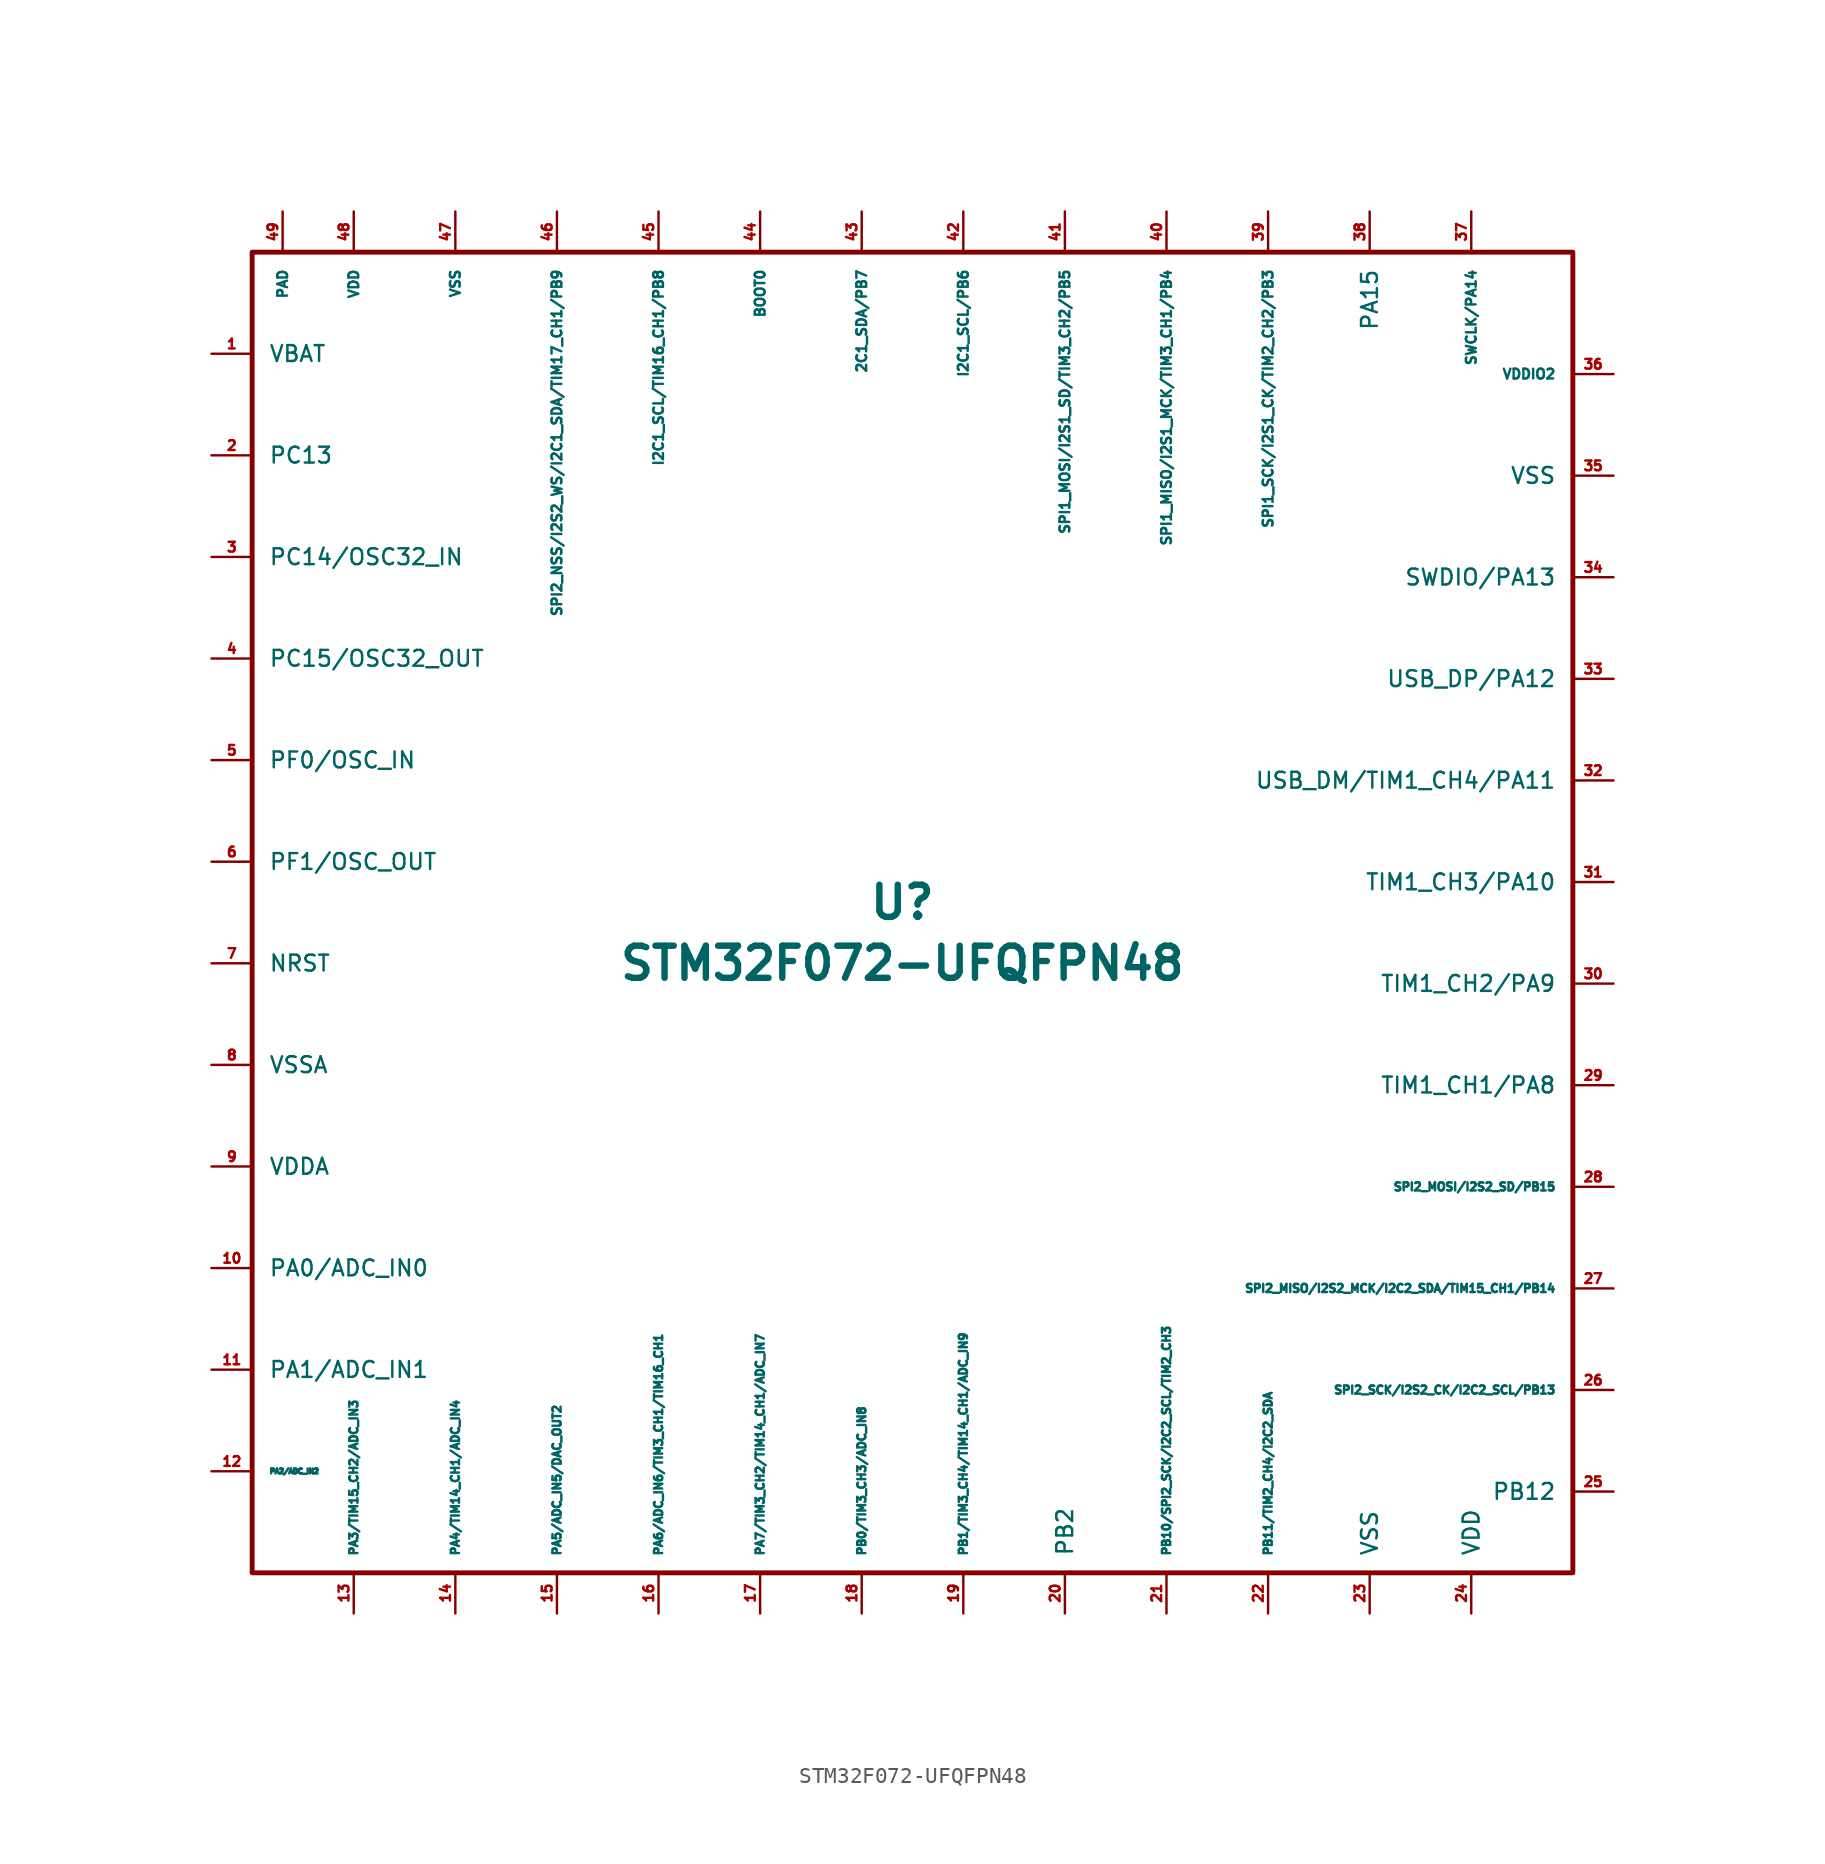
<source format=kicad_sym>
(kicad_symbol_lib
  (version 20201005)
  (generator kicad_symbol_editor)
  (symbol "acheronSymbols:STM32F072-UFQFPN48"
    (pin_names
      (offset 1.016))
    (property "Reference" "U"
      (at 0 1.27 0)
      (effects (font (size 2.007 2.007) bold)))
    (property "Value" "STM32F072-UFQFPN48"
      (at 0 -2.54 0)
      (effects (font (size 2.007 2.007) bold)))
    (symbol "STM32F072-UFQFPN48_0_1"
      (rectangle (start 41.91 41.91) (end -40.64 -40.64) (stroke (width 0.305)) (fill (type none))))
    (symbol "STM32F072-UFQFPN48_1_1"
      (pin power_in line (at -43.18 35.56 0) (length 2.54) (name "VBAT" (effects (font (size 0.991 0.991)))) (number "1" (effects (font (size 0.61 0.61)))))
      (pin bidirectional line (at -43.18 -21.59 0) (length 2.54) (name "PA0/ADC_IN0" (effects (font (size 0.991 0.991)))) (number "10" (effects (font (size 0.61 0.61)))))
      (pin bidirectional line (at -43.18 -27.94 0) (length 2.54) (name "PA1/ADC_IN1" (effects (font (size 0.991 0.991)))) (number "11" (effects (font (size 0.61 0.61)))))
      (pin bidirectional line (at -43.18 -34.29 0) (length 2.54) (name "PA2/ADC_IN2" (effects (font (size 0.305 0.305)))) (number "12" (effects (font (size 0.61 0.61)))))
      (pin bidirectional line (at -34.29 -43.18 90) (length 2.54) (name "PA3/TIM15_CH2/ADC_IN3" (effects (font (size 0.508 0.508)))) (number "13" (effects (font (size 0.61 0.61)))))
      (pin bidirectional line (at -27.94 -43.18 90) (length 2.54) (name "PA4/TIM14_CH1/ADC_IN4" (effects (font (size 0.508 0.508)))) (number "14" (effects (font (size 0.61 0.61)))))
      (pin bidirectional line (at -21.59 -43.18 90) (length 2.54) (name "PA5/ADC_IN5/DAC_OUT2" (effects (font (size 0.508 0.508)))) (number "15" (effects (font (size 0.61 0.61)))))
      (pin bidirectional line (at -15.24 -43.18 90) (length 2.54) (name "PA6/ADC_IN6/TIM3_CH1/TIM16_CH1" (effects (font (size 0.508 0.508)))) (number "16" (effects (font (size 0.61 0.61)))))
      (pin bidirectional line (at -8.89 -43.18 90) (length 2.54) (name "PA7/TIM3_CH2/TIM14_CH1/ADC_IN7" (effects (font (size 0.508 0.508)))) (number "17" (effects (font (size 0.61 0.61)))))
      (pin bidirectional line (at -2.54 -43.18 90) (length 2.54) (name "PB0/TIM3_CH3/ADC_IN8" (effects (font (size 0.508 0.508)))) (number "18" (effects (font (size 0.61 0.61)))))
      (pin bidirectional line (at 3.81 -43.18 90) (length 2.54) (name "PB1/TIM3_CH4/TIM14_CH1/ADC_IN9" (effects (font (size 0.508 0.508)))) (number "19" (effects (font (size 0.61 0.61)))))
      (pin bidirectional line (at -43.18 29.21 0) (length 2.54) (name "PC13" (effects (font (size 0.991 0.991)))) (number "2" (effects (font (size 0.61 0.61)))))
      (pin bidirectional line (at 10.16 -43.18 90) (length 2.54) (name "PB2" (effects (font (size 0.991 0.991)))) (number "20" (effects (font (size 0.61 0.61)))))
      (pin bidirectional line (at 16.51 -43.18 90) (length 2.54) (name "PB10/SPI2_SCK/I2C2_SCL/TIM2_CH3" (effects (font (size 0.508 0.508)))) (number "21" (effects (font (size 0.61 0.61)))))
      (pin bidirectional line (at 22.86 -43.18 90) (length 2.54) (name "PB11/TIM2_CH4/I2C2_SDA" (effects (font (size 0.508 0.508)))) (number "22" (effects (font (size 0.61 0.61)))))
      (pin power_in line (at 29.21 -43.18 90) (length 2.54) (name "VSS" (effects (font (size 0.991 0.991)))) (number "23" (effects (font (size 0.61 0.61)))))
      (pin power_in line (at 35.56 -43.18 90) (length 2.54) (name "VDD" (effects (font (size 0.991 0.991)))) (number "24" (effects (font (size 0.61 0.61)))))
      (pin bidirectional line (at 44.45 -35.56 180) (length 2.54) (name "PB12" (effects (font (size 0.991 0.991)))) (number "25" (effects (font (size 0.61 0.61)))))
      (pin bidirectional line (at 44.45 -29.21 180) (length 2.54) (name "SPI2_SCK/I2S2_CK/I2C2_SCL/PB13" (effects (font (size 0.508 0.508)))) (number "26" (effects (font (size 0.61 0.61)))))
      (pin bidirectional line (at 44.45 -22.86 180) (length 2.54) (name "SPI2_MISO/I2S2_MCK/I2C2_SDA/TIM15_CH1/PB14" (effects (font (size 0.508 0.508)))) (number "27" (effects (font (size 0.61 0.61)))))
      (pin bidirectional line (at 44.45 -16.51 180) (length 2.54) (name "SPI2_MOSI/I2S2_SD/PB15" (effects (font (size 0.508 0.508)))) (number "28" (effects (font (size 0.61 0.61)))))
      (pin bidirectional line (at 44.45 -10.16 180) (length 2.54) (name "TIM1_CH1/PA8" (effects (font (size 0.991 0.991)))) (number "29" (effects (font (size 0.61 0.61)))))
      (pin bidirectional line (at -43.18 22.86 0) (length 2.54) (name "PC14/OSC32_IN" (effects (font (size 0.991 0.991)))) (number "3" (effects (font (size 0.61 0.61)))))
      (pin bidirectional line (at 44.45 -3.81 180) (length 2.54) (name "TIM1_CH2/PA9" (effects (font (size 0.991 0.991)))) (number "30" (effects (font (size 0.61 0.61)))))
      (pin bidirectional line (at 44.45 2.54 180) (length 2.54) (name "TIM1_CH3/PA10" (effects (font (size 0.991 0.991)))) (number "31" (effects (font (size 0.61 0.61)))))
      (pin bidirectional line (at 44.45 8.89 180) (length 2.54) (name "USB_DM/TIM1_CH4/PA11" (effects (font (size 0.991 0.991)))) (number "32" (effects (font (size 0.61 0.61)))))
      (pin bidirectional line (at 44.45 15.24 180) (length 2.54) (name "USB_DP/PA12" (effects (font (size 0.991 0.991)))) (number "33" (effects (font (size 0.61 0.61)))))
      (pin bidirectional line (at 44.45 21.59 180) (length 2.54) (name "SWDIO/PA13" (effects (font (size 0.991 0.991)))) (number "34" (effects (font (size 0.61 0.61)))))
      (pin power_in line (at 44.45 27.94 180) (length 2.54) (name "VSS" (effects (font (size 0.991 0.991)))) (number "35" (effects (font (size 0.61 0.61)))))
      (pin power_in line (at 44.45 34.29 180) (length 2.54) (name "VDDIO2" (effects (font (size 0.61 0.61)))) (number "36" (effects (font (size 0.61 0.61)))))
      (pin bidirectional line (at 35.56 44.45 270) (length 2.54) (name "SWCLK/PA14" (effects (font (size 0.61 0.61)))) (number "37" (effects (font (size 0.61 0.61)))))
      (pin bidirectional line (at 29.21 44.45 270) (length 2.54) (name "PA15" (effects (font (size 0.991 0.991)))) (number "38" (effects (font (size 0.61 0.61)))))
      (pin bidirectional line (at 22.86 44.45 270) (length 2.54) (name "SPI1_SCK/I2S1_CK/TIM2_CH2/PB3" (effects (font (size 0.61 0.61)))) (number "39" (effects (font (size 0.61 0.61)))))
      (pin bidirectional line (at -43.18 16.51 0) (length 2.54) (name "PC15/OSC32_OUT" (effects (font (size 0.991 0.991)))) (number "4" (effects (font (size 0.61 0.61)))))
      (pin bidirectional line (at 16.51 44.45 270) (length 2.54) (name "SPI1_MISO/I2S1_MCK/TIM3_CH1/PB4" (effects (font (size 0.61 0.61)))) (number "40" (effects (font (size 0.61 0.61)))))
      (pin bidirectional line (at 10.16 44.45 270) (length 2.54) (name "SPI1_MOSI/I2S1_SD/TIM3_CH2/PB5" (effects (font (size 0.61 0.61)))) (number "41" (effects (font (size 0.61 0.61)))))
      (pin bidirectional line (at 3.81 44.45 270) (length 2.54) (name "I2C1_SCL/PB6" (effects (font (size 0.61 0.61)))) (number "42" (effects (font (size 0.61 0.61)))))
      (pin bidirectional line (at -2.54 44.45 270) (length 2.54) (name "2C1_SDA/PB7" (effects (font (size 0.61 0.61)))) (number "43" (effects (font (size 0.61 0.61)))))
      (pin output line (at -8.89 44.45 270) (length 2.54) (name "BOOT0" (effects (font (size 0.61 0.61)))) (number "44" (effects (font (size 0.61 0.61)))))
      (pin bidirectional line (at -15.24 44.45 270) (length 2.54) (name "I2C1_SCL/TIM16_CH1/PB8" (effects (font (size 0.61 0.61)))) (number "45" (effects (font (size 0.61 0.61)))))
      (pin input line (at -21.59 44.45 270) (length 2.54) (name "SPI2_NSS/I2S2_WS/I2C1_SDA/TIM17_CH1/PB9" (effects (font (size 0.61 0.61)))) (number "46" (effects (font (size 0.61 0.61)))))
      (pin input line (at -27.94 44.45 270) (length 2.54) (name "VSS" (effects (font (size 0.61 0.61)))) (number "47" (effects (font (size 0.61 0.61)))))
      (pin input line (at -34.29 44.45 270) (length 2.54) (name "VDD" (effects (font (size 0.61 0.61)))) (number "48" (effects (font (size 0.61 0.61)))))
      (pin input line (at -38.735 44.45 270) (length 2.54) (name "PAD" (effects (font (size 0.61 0.61)))) (number "49" (effects (font (size 0.61 0.61)))))
      (pin bidirectional line (at -43.18 10.16 0) (length 2.54) (name "PF0/OSC_IN" (effects (font (size 0.991 0.991)))) (number "5" (effects (font (size 0.61 0.61)))))
      (pin bidirectional line (at -43.18 3.81 0) (length 2.54) (name "PF1/OSC_OUT" (effects (font (size 0.991 0.991)))) (number "6" (effects (font (size 0.61 0.61)))))
      (pin input line (at -43.18 -2.54 0) (length 2.54) (name "NRST" (effects (font (size 0.991 0.991)))) (number "7" (effects (font (size 0.61 0.61)))))
      (pin power_in line (at -43.18 -8.89 0) (length 2.54) (name "VSSA" (effects (font (size 0.991 0.991)))) (number "8" (effects (font (size 0.61 0.61)))))
      (pin power_in line (at -43.18 -15.24 0) (length 2.54) (name "VDDA" (effects (font (size 0.991 0.991)))) (number "9" (effects (font (size 0.61 0.61))))))))
</source>
